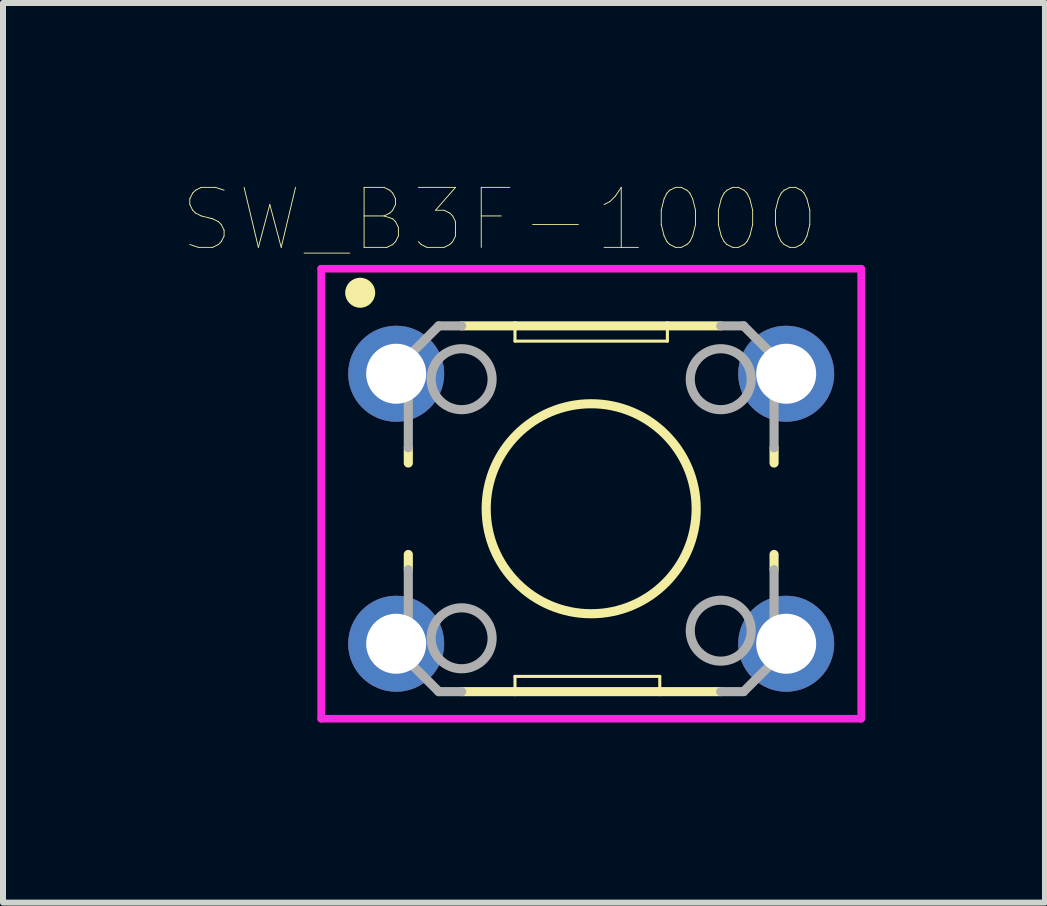
<source format=kicad_pcb>
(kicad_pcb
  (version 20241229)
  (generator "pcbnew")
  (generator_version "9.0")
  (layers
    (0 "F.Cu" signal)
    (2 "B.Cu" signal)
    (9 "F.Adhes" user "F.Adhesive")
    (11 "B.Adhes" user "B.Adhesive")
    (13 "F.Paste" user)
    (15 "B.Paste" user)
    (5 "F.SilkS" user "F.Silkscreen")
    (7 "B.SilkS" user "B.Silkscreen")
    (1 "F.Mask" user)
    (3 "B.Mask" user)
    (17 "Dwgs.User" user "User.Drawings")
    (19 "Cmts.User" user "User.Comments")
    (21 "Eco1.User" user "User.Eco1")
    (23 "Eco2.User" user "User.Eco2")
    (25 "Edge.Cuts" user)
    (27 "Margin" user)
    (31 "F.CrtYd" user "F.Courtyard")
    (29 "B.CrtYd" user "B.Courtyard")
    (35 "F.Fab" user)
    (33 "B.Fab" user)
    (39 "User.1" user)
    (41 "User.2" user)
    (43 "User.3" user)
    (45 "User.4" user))
  (footprint "SW_B3F-1000"
    (layer "F.Cu")
    (at 6.803 5.429)
    (property "Reference" "SW_B3F-1000" (at -1.523 -4.818 0) (layer "F.SilkS") (effects (font (size 1 1) (thickness 0.015))))
    (attr through_hole)
    (fp_line (start -3.048 -0.762) (end -3.048 -1.016) (stroke (width 0.152) (type solid)) (layer "F.SilkS"))
    (fp_line (start -3.048 0.762) (end -3.048 1.016) (stroke (width 0.152) (type solid)) (layer "F.SilkS"))
    (fp_line (start -2.159 3.048) (end -1.27 3.048) (stroke (width 0.152) (type solid)) (layer "F.SilkS"))
    (fp_line (start -1.27 -3.048) (end -2.159 -3.048) (stroke (width 0.152) (type solid)) (layer "F.SilkS"))
    (fp_line (start -1.27 -3.048) (end -1.27 -2.794) (stroke (width 0.051) (type solid)) (layer "F.SilkS"))
    (fp_line (start -1.27 2.794) (end -1.27 3.048) (stroke (width 0.051) (type solid)) (layer "F.SilkS"))
    (fp_line (start -1.27 3.048) (end 1.143 3.048) (stroke (width 0.152) (type solid)) (layer "F.SilkS"))
    (fp_line (start 1.143 2.794) (end -1.27 2.794) (stroke (width 0.051) (type solid)) (layer "F.SilkS"))
    (fp_line (start 1.143 2.794) (end 1.143 3.048) (stroke (width 0.051) (type solid)) (layer "F.SilkS"))
    (fp_line (start 1.143 3.048) (end 2.159 3.048) (stroke (width 0.152) (type solid)) (layer "F.SilkS"))
    (fp_line (start 1.27 -3.048) (end -1.27 -3.048) (stroke (width 0.152) (type solid)) (layer "F.SilkS"))
    (fp_line (start 1.27 -2.794) (end -1.27 -2.794) (stroke (width 0.051) (type solid)) (layer "F.SilkS"))
    (fp_line (start 1.27 -2.794) (end 1.27 -3.048) (stroke (width 0.051) (type solid)) (layer "F.SilkS"))
    (fp_line (start 2.159 -3.048) (end 1.27 -3.048) (stroke (width 0.152) (type solid)) (layer "F.SilkS"))
    (fp_line (start 3.048 -0.762) (end 3.048 -1.016) (stroke (width 0.152) (type solid)) (layer "F.SilkS"))
    (fp_line (start 3.048 0.762) (end 3.048 1.016) (stroke (width 0.152) (type solid)) (layer "F.SilkS"))
    (fp_circle (center -3.85 -3.6) (end -3.6 -3.6) (stroke (width 0) (type solid)) (fill yes) (layer "F.SilkS"))
    (fp_circle (center 0 0) (end 1.75 0) (stroke (width 0.152) (type solid)) (fill no) (layer "F.SilkS"))
    (fp_line (start -4.5 -4) (end 4.5 -4) (stroke (width 0.127) (type solid)) (layer "F.CrtYd"))
    (fp_line (start -4.5 3.5) (end -4.5 -4) (stroke (width 0.127) (type solid)) (layer "F.CrtYd"))
    (fp_line (start 4.5 -4) (end 4.5 3.5) (stroke (width 0.127) (type solid)) (layer "F.CrtYd"))
    (fp_line (start 4.5 3.5) (end -4.5 3.5) (stroke (width 0.127) (type solid)) (layer "F.CrtYd"))
    (fp_line (start -3.048 -2.54) (end -3.048 -1.016) (stroke (width 0.152) (type solid)) (layer "F.Fab"))
    (fp_line (start -3.048 2.54) (end -3.048 1.016) (stroke (width 0.152) (type solid)) (layer "F.Fab"))
    (fp_line (start -2.54 -3.048) (end -3.048 -2.54) (stroke (width 0.152) (type solid)) (layer "F.Fab"))
    (fp_line (start -2.54 -3.048) (end -2.159 -3.048) (stroke (width 0.152) (type solid)) (layer "F.Fab"))
    (fp_line (start -2.54 3.048) (end -3.048 2.54) (stroke (width 0.152) (type solid)) (layer "F.Fab"))
    (fp_line (start -2.54 3.048) (end -2.159 3.048) (stroke (width 0.152) (type solid)) (layer "F.Fab"))
    (fp_line (start 2.54 -3.048) (end 2.159 -3.048) (stroke (width 0.152) (type solid)) (layer "F.Fab"))
    (fp_line (start 2.54 3.048) (end 2.159 3.048) (stroke (width 0.152) (type solid)) (layer "F.Fab"))
    (fp_line (start 2.54 3.048) (end 3.048 2.54) (stroke (width 0.152) (type solid)) (layer "F.Fab"))
    (fp_line (start 3.048 -2.54) (end 2.54 -3.048) (stroke (width 0.152) (type solid)) (layer "F.Fab"))
    (fp_line (start 3.048 -1.016) (end 3.048 -2.54) (stroke (width 0.152) (type solid)) (layer "F.Fab"))
    (fp_line (start 3.048 2.54) (end 3.048 1.016) (stroke (width 0.152) (type solid)) (layer "F.Fab"))
    (fp_circle (center -2.159 -2.159) (end -1.651 -2.159) (stroke (width 0.152) (type solid)) (fill no) (layer "F.Fab"))
    (fp_circle (center -2.159 2.159) (end -1.651 2.159) (stroke (width 0.152) (type solid)) (fill no) (layer "F.Fab"))
    (fp_circle (center 2.159 -2.159) (end 2.667 -2.159) (stroke (width 0.152) (type solid)) (fill no) (layer "F.Fab"))
    (fp_circle (center 2.159 2.032) (end 2.667 2.032) (stroke (width 0.152) (type solid)) (fill no) (layer "F.Fab"))
    (pad "1" thru_hole circle (at -3.25 -2.25) (size 1.6 1.6) (drill 1) (layers "*.Cu" "*.Mask"))
    (pad "2" thru_hole circle (at 3.25 -2.25) (size 1.6 1.6) (drill 1) (layers "*.Cu" "*.Mask"))
    (pad "3" thru_hole circle (at -3.25 2.25) (size 1.6 1.6) (drill 1) (layers "*.Cu" "*.Mask"))
    (pad "4" thru_hole circle (at 3.25 2.25) (size 1.6 1.6) (drill 1) (layers "*.Cu" "*.Mask")))
  (gr_rect
    (start -3 -3)
    (end 14.366 11.993)
    (stroke (width 0.1) (type default))
    (fill no)
    (layer "Edge.Cuts")))
</source>
